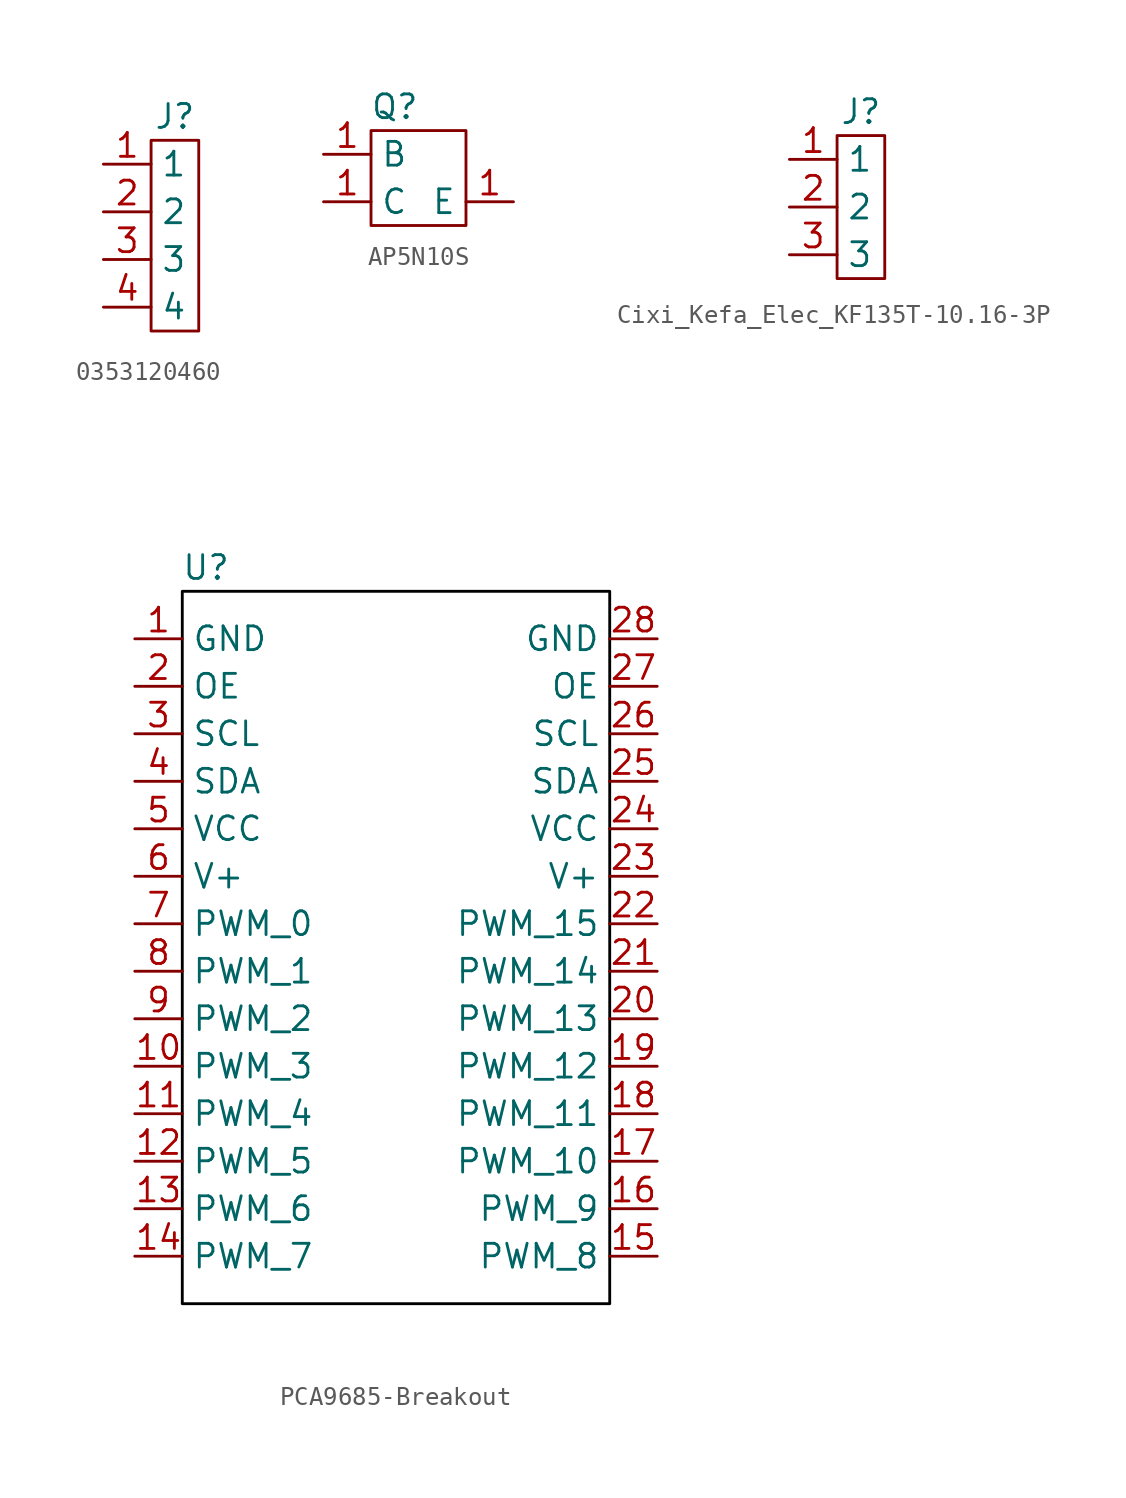
<source format=kicad_sym>
(kicad_symbol_lib
  (version 20220914)
  (generator kicad_symbol_editor)
  (symbol "0353120460"
    (property "Reference" "J"
      (at 1.27 1.27 0)
      (effects (font (size 1.27 1.27))))
    (property "Value" ""
      (at 0 1.27 0)
      (effects (font (size 1.27 1.27))))
    (symbol "0353120460_0_1"
      (rectangle (start 0 0) (end 2.54 -10.16) (stroke (width 0) (type default)) (fill (type none))))
    (symbol "0353120460_1_1"
      (pin input line (at -2.54 -1.27 0) (length 2.54) (name "1" (effects (font (size 1.27 1.27)))) (number "1" (effects (font (size 1.27 1.27)))))
      (pin input line (at -2.54 -3.81 0) (length 2.54) (name "2" (effects (font (size 1.27 1.27)))) (number "2" (effects (font (size 1.27 1.27)))))
      (pin input line (at -2.54 -6.35 0) (length 2.54) (name "3" (effects (font (size 1.27 1.27)))) (number "3" (effects (font (size 1.27 1.27)))))
      (pin input line (at -2.54 -8.89 0) (length 2.54) (name "4" (effects (font (size 1.27 1.27)))) (number "4" (effects (font (size 1.27 1.27)))))))
  (symbol "AP5N10S"
    (property "Reference" "Q"
      (at -1.27 5.08 0)
      (effects (font (size 1.27 1.27))))
    (property "Value" ""
      (at 0 0 0)
      (effects (font (size 1.27 1.27))))
    (symbol "AP5N10S_0_1"
      (rectangle (start -2.54 3.81) (end 2.54 -1.27) (stroke (width 0) (type default)) (fill (type none))))
    (symbol "AP5N10S_1_1"
      (pin input line (at -5.08 2.54 0) (length 2.54) (name "B" (effects (font (size 1.27 1.27)))) (number "1" (effects (font (size 1.27 1.27)))))
      (pin input line (at -5.08 0 0) (length 2.54) (name "C" (effects (font (size 1.27 1.27)))) (number "1" (effects (font (size 1.27 1.27)))))
      (pin output line (at 5.08 0 180) (length 2.54) (name "E" (effects (font (size 1.27 1.27)))) (number "1" (effects (font (size 1.27 1.27)))))))
  (symbol "Cixi_Kefa_Elec_KF135T-10.16-3P"
    (property "Reference" "J"
      (at 0 0 0)
      (effects (font (size 1.27 1.27))))
    (property "Value" ""
      (at 0 0 0)
      (effects (font (size 1.27 1.27))))
    (symbol "Cixi_Kefa_Elec_KF135T-10.16-3P_0_1"
      (rectangle (start -1.27 -1.27) (end 1.27 -8.89) (stroke (width 0) (type default)) (fill (type none))))
    (symbol "Cixi_Kefa_Elec_KF135T-10.16-3P_1_1"
      (pin bidirectional line (at -3.81 -2.54 0) (length 2.54) (name "1" (effects (font (size 1.27 1.27)))) (number "1" (effects (font (size 1.27 1.27)))))
      (pin bidirectional line (at -3.81 -5.08 0) (length 2.54) (name "2" (effects (font (size 1.27 1.27)))) (number "2" (effects (font (size 1.27 1.27)))))
      (pin bidirectional line (at -3.81 -7.62 0) (length 2.54) (name "3" (effects (font (size 1.27 1.27)))) (number "3" (effects (font (size 1.27 1.27)))))))
  (symbol "PCA9685-Breakout"
    (property "Reference" "U"
      (at -10.16 1.27 0)
      (effects (font (size 1.27 1.27))))
    (property "Value" ""
      (at 0 0 0)
      (effects (font (size 1.27 1.27))))
    (symbol "PCA9685-Breakout_1_1"
      (rectangle (start -11.43 0) (end 11.43 -38.1) (stroke (width 0) (type default) (color 0 0 0 1)) (fill (type none)))
      (pin input line (at -13.97 -2.54 0) (length 2.54) (name "GND" (effects (font (size 1.27 1.27)))) (number "1" (effects (font (size 1.27 1.27)))))
      (pin output line (at -13.97 -25.4 0) (length 2.54) (name "PWM_3" (effects (font (size 1.27 1.27)))) (number "10" (effects (font (size 1.27 1.27)))))
      (pin output line (at -13.97 -27.94 0) (length 2.54) (name "PWM_4" (effects (font (size 1.27 1.27)))) (number "11" (effects (font (size 1.27 1.27)))))
      (pin output line (at -13.97 -30.48 0) (length 2.54) (name "PWM_5" (effects (font (size 1.27 1.27)))) (number "12" (effects (font (size 1.27 1.27)))))
      (pin output line (at -13.97 -33.02 0) (length 2.54) (name "PWM_6" (effects (font (size 1.27 1.27)))) (number "13" (effects (font (size 1.27 1.27)))))
      (pin output line (at -13.97 -35.56 0) (length 2.54) (name "PWM_7" (effects (font (size 1.27 1.27)))) (number "14" (effects (font (size 1.27 1.27)))))
      (pin output line (at 13.97 -35.56 180) (length 2.54) (name "PWM_8" (effects (font (size 1.27 1.27)))) (number "15" (effects (font (size 1.27 1.27)))))
      (pin output line (at 13.97 -33.02 180) (length 2.54) (name "PWM_9" (effects (font (size 1.27 1.27)))) (number "16" (effects (font (size 1.27 1.27)))))
      (pin output line (at 13.97 -30.48 180) (length 2.54) (name "PWM_10" (effects (font (size 1.27 1.27)))) (number "17" (effects (font (size 1.27 1.27)))))
      (pin output line (at 13.97 -27.94 180) (length 2.54) (name "PWM_11" (effects (font (size 1.27 1.27)))) (number "18" (effects (font (size 1.27 1.27)))))
      (pin output line (at 13.97 -25.4 180) (length 2.54) (name "PWM_12" (effects (font (size 1.27 1.27)))) (number "19" (effects (font (size 1.27 1.27)))))
      (pin input line (at -13.97 -5.08 0) (length 2.54) (name "OE" (effects (font (size 1.27 1.27)))) (number "2" (effects (font (size 1.27 1.27)))))
      (pin output line (at 13.97 -22.86 180) (length 2.54) (name "PWM_13" (effects (font (size 1.27 1.27)))) (number "20" (effects (font (size 1.27 1.27)))))
      (pin output line (at 13.97 -20.32 180) (length 2.54) (name "PWM_14" (effects (font (size 1.27 1.27)))) (number "21" (effects (font (size 1.27 1.27)))))
      (pin output line (at 13.97 -17.78 180) (length 2.54) (name "PWM_15" (effects (font (size 1.27 1.27)))) (number "22" (effects (font (size 1.27 1.27)))))
      (pin input line (at 13.97 -15.24 180) (length 2.54) (name "V+" (effects (font (size 1.27 1.27)))) (number "23" (effects (font (size 1.27 1.27)))))
      (pin input line (at 13.97 -12.7 180) (length 2.54) (name "VCC" (effects (font (size 1.27 1.27)))) (number "24" (effects (font (size 1.27 1.27)))))
      (pin input line (at 13.97 -10.16 180) (length 2.54) (name "SDA" (effects (font (size 1.27 1.27)))) (number "25" (effects (font (size 1.27 1.27)))))
      (pin input line (at 13.97 -7.62 180) (length 2.54) (name "SCL" (effects (font (size 1.27 1.27)))) (number "26" (effects (font (size 1.27 1.27)))))
      (pin input line (at 13.97 -5.08 180) (length 2.54) (name "OE" (effects (font (size 1.27 1.27)))) (number "27" (effects (font (size 1.27 1.27)))))
      (pin input line (at 13.97 -2.54 180) (length 2.54) (name "GND" (effects (font (size 1.27 1.27)))) (number "28" (effects (font (size 1.27 1.27)))))
      (pin input line (at -13.97 -7.62 0) (length 2.54) (name "SCL" (effects (font (size 1.27 1.27)))) (number "3" (effects (font (size 1.27 1.27)))))
      (pin input line (at -13.97 -10.16 0) (length 2.54) (name "SDA" (effects (font (size 1.27 1.27)))) (number "4" (effects (font (size 1.27 1.27)))))
      (pin input line (at -13.97 -12.7 0) (length 2.54) (name "VCC" (effects (font (size 1.27 1.27)))) (number "5" (effects (font (size 1.27 1.27)))))
      (pin input line (at -13.97 -15.24 0) (length 2.54) (name "V+" (effects (font (size 1.27 1.27)))) (number "6" (effects (font (size 1.27 1.27)))))
      (pin output line (at -13.97 -17.78 0) (length 2.54) (name "PWM_0" (effects (font (size 1.27 1.27)))) (number "7" (effects (font (size 1.27 1.27)))))
      (pin output line (at -13.97 -20.32 0) (length 2.54) (name "PWM_1" (effects (font (size 1.27 1.27)))) (number "8" (effects (font (size 1.27 1.27)))))
      (pin output line (at -13.97 -22.86 0) (length 2.54) (name "PWM_2" (effects (font (size 1.27 1.27)))) (number "9" (effects (font (size 1.27 1.27))))))))
</source>
